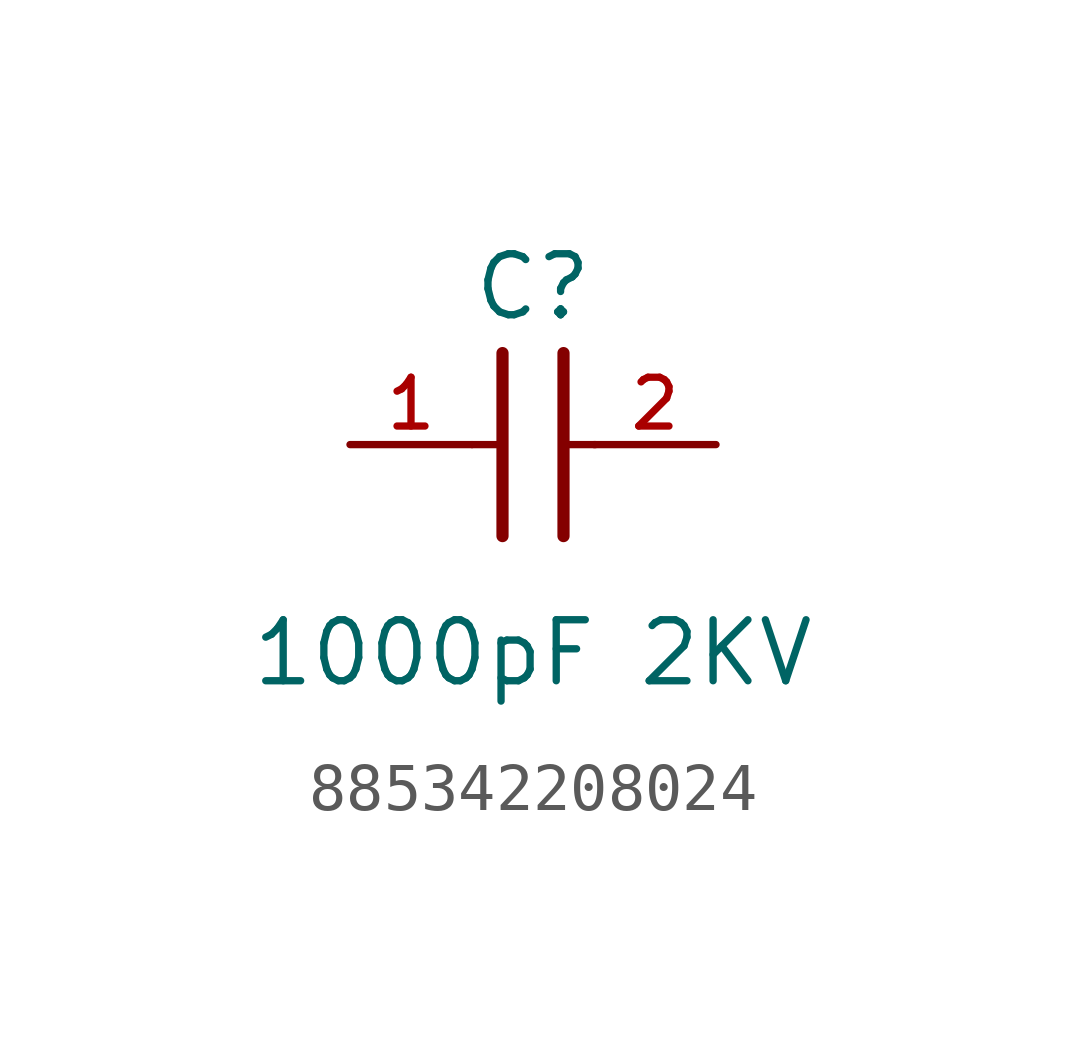
<source format=kicad_sym>
(kicad_symbol_lib
  (version 20231120)
  (generator "kicad_symbol_editor")
  (generator_version "8.0")
  (symbol "885342208024"
    (pin_names
      (offset 1.016))
    (property "Reference" "C"
      (at 1.27 2.54 0)
      (effects (font (size 1.27 1.27)) (justify bottom)))
    (property "Value" "1000pF 2KV"
      (at 1.27 -5.08 0)
      (effects (font (size 1.27 1.27)) (justify bottom)))
    (symbol "885342208024_0_0"
      (polyline (pts (xy 0 0) (xy 0.643 0)) (stroke (width 0.152) (type default)) (fill (type none)))
      (polyline (pts (xy 0.635 -1.905) (xy 0.635 1.905)) (stroke (width 0.254) (type default)) (fill (type none)))
      (polyline (pts (xy 1.905 1.905) (xy 1.905 -1.905)) (stroke (width 0.254) (type default)) (fill (type none)))
      (polyline (pts (xy 1.928 0) (xy 2.571 0)) (stroke (width 0.152) (type default)) (fill (type none)))
      (pin passive line (at -2.54 0 0) (length 2.54) (name "~" (effects (font (size 1.016 1.016)))) (number "1" (effects (font (size 1.016 1.016)))))
      (pin passive line (at 5.08 0 180) (length 2.54) (name "~" (effects (font (size 1.016 1.016)))) (number "2" (effects (font (size 1.016 1.016))))))))
</source>
